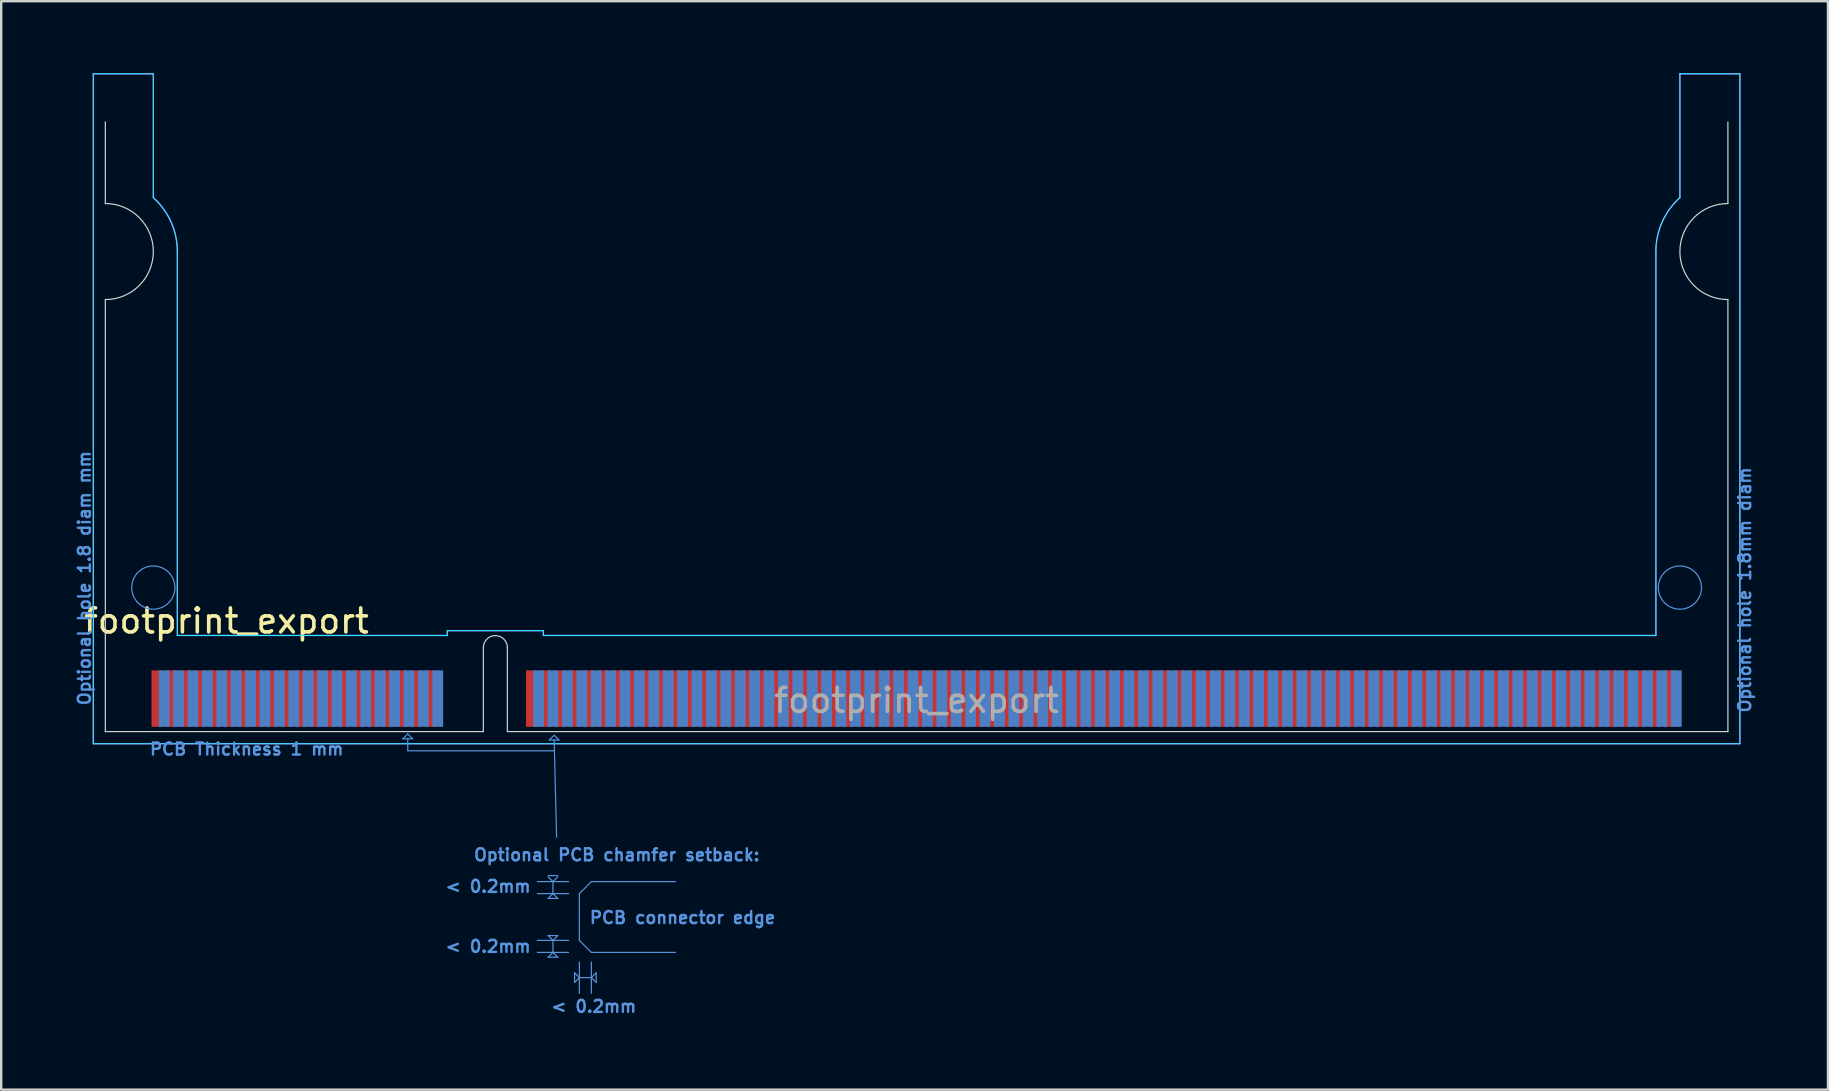
<source format=kicad_pcb>
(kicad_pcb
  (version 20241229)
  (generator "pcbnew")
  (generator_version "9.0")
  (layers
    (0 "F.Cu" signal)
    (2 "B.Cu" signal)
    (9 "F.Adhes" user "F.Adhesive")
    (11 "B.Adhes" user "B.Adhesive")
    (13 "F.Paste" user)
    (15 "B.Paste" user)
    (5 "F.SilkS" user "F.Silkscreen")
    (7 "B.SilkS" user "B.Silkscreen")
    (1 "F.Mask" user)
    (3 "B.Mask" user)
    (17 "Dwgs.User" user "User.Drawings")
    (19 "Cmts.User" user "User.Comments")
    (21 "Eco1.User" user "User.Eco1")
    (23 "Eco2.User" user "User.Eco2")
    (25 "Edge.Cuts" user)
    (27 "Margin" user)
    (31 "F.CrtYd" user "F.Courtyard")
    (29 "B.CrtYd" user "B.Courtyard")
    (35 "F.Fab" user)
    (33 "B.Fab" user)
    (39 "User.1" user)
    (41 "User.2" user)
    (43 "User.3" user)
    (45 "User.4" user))
  (footprint "footprint_export"
    (layer "F.Cu")
    (at 3.488 26.055)
    (property "Reference" "footprint_export" (at 2.895 -3.235 0) (layer "F.SilkS") (effects (font (size 1 1) (thickness 0.15))))
    (attr exclude_from_pos_files exclude_from_bom allow_soldermask_bridges)
    (fp_rect (start -0.352 -1.302) (end 13.6 1.302) (stroke (width 0) (type solid)) (fill yes) (layer "F.Mask"))
    (fp_rect (start 14.6 -1.302) (end 63.352 1.302) (stroke (width 0) (type solid)) (fill yes) (layer "F.Mask"))
    (fp_rect (start -0.052 -1.302) (end 13.6 1.302) (stroke (width 0) (type solid)) (fill yes) (layer "B.Mask"))
    (fp_rect (start 14.6 -1.302) (end 63.652 1.302) (stroke (width 0) (type solid)) (fill yes) (layer "B.Mask"))
    (fp_line (start 10.25 1.675) (end 10.45 1.475) (stroke (width 0.05) (type default)) (layer "Cmts.User"))
    (fp_line (start 10.45 1.475) (end 10.65 1.675) (stroke (width 0.05) (type default)) (layer "Cmts.User"))
    (fp_line (start 10.45 1.675) (end 10.45 2.175) (stroke (width 0.05) (type default)) (layer "Cmts.User"))
    (fp_line (start 10.45 2.175) (end 16.55 2.175) (stroke (width 0.05) (type default)) (layer "Cmts.User"))
    (fp_line (start 10.65 1.675) (end 10.25 1.675) (stroke (width 0.05) (type default)) (layer "Cmts.User"))
    (fp_line (start 15.85 7.625) (end 17.15 7.625) (stroke (width 0.05) (type default)) (layer "Cmts.User"))
    (fp_line (start 15.85 8.125) (end 17.15 8.125) (stroke (width 0.05) (type default)) (layer "Cmts.User"))
    (fp_line (start 15.85 10.075) (end 17.15 10.075) (stroke (width 0.05) (type default)) (layer "Cmts.User"))
    (fp_line (start 15.85 10.575) (end 17.15 10.575) (stroke (width 0.05) (type default)) (layer "Cmts.User"))
    (fp_line (start 16.3 7.375) (end 16.7 7.375) (stroke (width 0.05) (type default)) (layer "Cmts.User"))
    (fp_line (start 16.3 8.325) (end 16.5 8.125) (stroke (width 0.05) (type default)) (layer "Cmts.User"))
    (fp_line (start 16.3 9.875) (end 16.7 9.875) (stroke (width 0.05) (type default)) (layer "Cmts.User"))
    (fp_line (start 16.3 10.775) (end 16.5 10.575) (stroke (width 0.05) (type default)) (layer "Cmts.User"))
    (fp_line (start 16.35 1.725) (end 16.55 1.525) (stroke (width 0.05) (type default)) (layer "Cmts.User"))
    (fp_line (start 16.5 7.625) (end 16.3 7.425) (stroke (width 0.05) (type default)) (layer "Cmts.User"))
    (fp_line (start 16.5 8.125) (end 16.5 7.625) (stroke (width 0.05) (type default)) (layer "Cmts.User"))
    (fp_line (start 16.5 8.125) (end 16.7 8.325) (stroke (width 0.05) (type default)) (layer "Cmts.User"))
    (fp_line (start 16.5 10.075) (end 16.3 9.875) (stroke (width 0.05) (type default)) (layer "Cmts.User"))
    (fp_line (start 16.5 10.575) (end 16.5 10.075) (stroke (width 0.05) (type default)) (layer "Cmts.User"))
    (fp_line (start 16.5 10.575) (end 16.7 10.775) (stroke (width 0.05) (type default)) (layer "Cmts.User"))
    (fp_line (start 16.55 1.525) (end 16.75 1.725) (stroke (width 0.05) (type default)) (layer "Cmts.User"))
    (fp_line (start 16.55 1.725) (end 16.65 5.775) (stroke (width 0.05) (type default)) (layer "Cmts.User"))
    (fp_line (start 16.7 7.425) (end 16.5 7.625) (stroke (width 0.05) (type default)) (layer "Cmts.User"))
    (fp_line (start 16.7 8.325) (end 16.3 8.325) (stroke (width 0.05) (type default)) (layer "Cmts.User"))
    (fp_line (start 16.7 9.875) (end 16.5 10.075) (stroke (width 0.05) (type default)) (layer "Cmts.User"))
    (fp_line (start 16.7 10.775) (end 16.3 10.775) (stroke (width 0.05) (type default)) (layer "Cmts.User"))
    (fp_line (start 16.75 1.725) (end 16.35 1.725) (stroke (width 0.05) (type default)) (layer "Cmts.User"))
    (fp_line (start 17.4 11.425) (end 17.6 11.625) (stroke (width 0.05) (type default)) (layer "Cmts.User"))
    (fp_line (start 17.4 11.825) (end 17.4 11.425) (stroke (width 0.05) (type default)) (layer "Cmts.User"))
    (fp_line (start 17.6 8.125) (end 17.6 10.075) (stroke (width 0.05) (type default)) (layer "Cmts.User"))
    (fp_line (start 17.6 10.975) (end 17.6 12.275) (stroke (width 0.05) (type default)) (layer "Cmts.User"))
    (fp_line (start 17.6 11.625) (end 17.4 11.825) (stroke (width 0.05) (type default)) (layer "Cmts.User"))
    (fp_line (start 17.6 11.625) (end 18.1 11.625) (stroke (width 0.05) (type default)) (layer "Cmts.User"))
    (fp_line (start 18.1 7.625) (end 17.6 8.125) (stroke (width 0.05) (type default)) (layer "Cmts.User"))
    (fp_line (start 18.1 7.625) (end 21.6 7.625) (stroke (width 0.05) (type default)) (layer "Cmts.User"))
    (fp_line (start 18.1 10.575) (end 17.6 10.075) (stroke (width 0.05) (type default)) (layer "Cmts.User"))
    (fp_line (start 18.1 10.575) (end 21.6 10.575) (stroke (width 0.05) (type default)) (layer "Cmts.User"))
    (fp_line (start 18.1 10.975) (end 18.1 12.275) (stroke (width 0.05) (type default)) (layer "Cmts.User"))
    (fp_line (start 18.1 11.625) (end 18.3 11.425) (stroke (width 0.05) (type default)) (layer "Cmts.User"))
    (fp_line (start 18.3 11.425) (end 18.3 11.825) (stroke (width 0.05) (type default)) (layer "Cmts.User"))
    (fp_line (start 18.3 11.825) (end 18.1 11.625) (stroke (width 0.05) (type default)) (layer "Cmts.User"))
    (fp_circle (center -0.15 -4.625) (end 0.75 -4.625) (stroke (width 0.05) (type default)) (fill no) (layer "Cmts.User"))
    (fp_circle (center 63.45 -4.625) (end 64.35 -4.625) (stroke (width 0.05) (type default)) (fill no) (layer "Cmts.User"))
    (fp_line (start -2.15 -20.625) (end -2.15 -24.025) (stroke (width 0.05) (type default)) (layer "Edge.Cuts"))
    (fp_line (start -2.15 1.375) (end -2.15 -16.625) (stroke (width 0.05) (type solid)) (layer "Edge.Cuts"))
    (fp_line (start 13.6 1.375) (end -2.15 1.375) (stroke (width 0.05) (type default)) (layer "Edge.Cuts"))
    (fp_line (start 13.6 1.375) (end 13.6 -2.125) (stroke (width 0.05) (type solid)) (layer "Edge.Cuts"))
    (fp_line (start 14.6 -2.125) (end 14.6 1.375) (stroke (width 0.05) (type solid)) (layer "Edge.Cuts"))
    (fp_line (start 14.6 1.375) (end 65.45 1.375) (stroke (width 0.05) (type default)) (layer "Edge.Cuts"))
    (fp_line (start 65.45 -20.625) (end 65.45 -24.025) (stroke (width 0.05) (type default)) (layer "Edge.Cuts"))
    (fp_line (start 65.45 1.375) (end 65.45 -16.625) (stroke (width 0.05) (type solid)) (layer "Edge.Cuts"))
    (fp_arc (start -2.15 -20.625) (mid -0.15 -18.625) (end -2.15 -16.625) (stroke (width 0.05) (type solid)) (layer "Edge.Cuts"))
    (fp_arc (start 13.6 -2.125) (mid 14.1 -2.625) (end 14.6 -2.125) (stroke (width 0.05) (type solid)) (layer "Edge.Cuts"))
    (fp_arc (start 65.45 -16.625) (mid 63.45 -18.625) (end 65.45 -20.625) (stroke (width 0.05) (type solid)) (layer "Edge.Cuts"))
    (fp_line (start -2.65 -26.03) (end -2.65 1.88) (stroke (width 0.05) (type default)) (layer "B.CrtYd"))
    (fp_line (start -2.65 -26.03) (end -0.15 -26.03) (stroke (width 0.05) (type default)) (layer "B.CrtYd"))
    (fp_line (start -0.15 -20.87) (end -0.15 -26.03) (stroke (width 0.05) (type default)) (layer "B.CrtYd"))
    (fp_line (start 0.85 -18.63) (end 0.85 -2.63) (stroke (width 0.05) (type default)) (layer "B.CrtYd"))
    (fp_line (start 0.85 -2.63) (end 12.1 -2.63) (stroke (width 0.05) (type default)) (layer "B.CrtYd"))
    (fp_line (start 12.1 -2.83) (end 16.1 -2.83) (stroke (width 0.05) (type default)) (layer "B.CrtYd"))
    (fp_line (start 12.1 -2.63) (end 12.1 -2.83) (stroke (width 0.05) (type default)) (layer "B.CrtYd"))
    (fp_line (start 16.1 -2.83) (end 16.1 -2.63) (stroke (width 0.05) (type default)) (layer "B.CrtYd"))
    (fp_line (start 16.1 -2.63) (end 62.45 -2.63) (stroke (width 0.05) (type default)) (layer "B.CrtYd"))
    (fp_line (start 62.45 -18.63) (end 62.45 -2.63) (stroke (width 0.05) (type default)) (layer "B.CrtYd"))
    (fp_line (start 63.45 -20.87) (end 63.45 -26.03) (stroke (width 0.05) (type default)) (layer "B.CrtYd"))
    (fp_line (start 65.95 -26.03) (end 63.45 -26.03) (stroke (width 0.05) (type default)) (layer "B.CrtYd"))
    (fp_line (start 65.95 -26.03) (end 65.95 1.88) (stroke (width 0.05) (type default)) (layer "B.CrtYd"))
    (fp_line (start 65.95 1.88) (end -2.65 1.88) (stroke (width 0.05) (type default)) (layer "B.CrtYd"))
    (fp_arc (start -0.15 -20.87) (mid 0.588474 -19.856462) (end 0.85 -18.63) (stroke (width 0.05) (type default)) (layer "B.CrtYd"))
    (fp_arc (start 62.45 -18.63) (mid 62.711526 -19.856462) (end 63.45 -20.87) (stroke (width 0.05) (type default)) (layer "B.CrtYd"))
    (fp_line (start -2.65 -26.03) (end -2.65 1.88) (stroke (width 0.05) (type default)) (layer "F.CrtYd"))
    (fp_line (start -2.65 -26.03) (end -0.15 -26.03) (stroke (width 0.05) (type default)) (layer "F.CrtYd"))
    (fp_line (start -0.15 -20.87) (end -0.15 -26.03) (stroke (width 0.05) (type default)) (layer "F.CrtYd"))
    (fp_line (start 0.85 -2.63) (end 0.85 -18.63) (stroke (width 0.05) (type default)) (layer "F.CrtYd"))
    (fp_line (start 0.85 -2.63) (end 12.1 -2.63) (stroke (width 0.05) (type default)) (layer "F.CrtYd"))
    (fp_line (start 12.1 -2.83) (end 16.1 -2.83) (stroke (width 0.05) (type default)) (layer "F.CrtYd"))
    (fp_line (start 12.1 -2.63) (end 12.1 -2.83) (stroke (width 0.05) (type default)) (layer "F.CrtYd"))
    (fp_line (start 16.1 -2.83) (end 16.1 -2.63) (stroke (width 0.05) (type default)) (layer "F.CrtYd"))
    (fp_line (start 16.1 -2.63) (end 62.45 -2.63) (stroke (width 0.05) (type default)) (layer "F.CrtYd"))
    (fp_line (start 62.45 -2.63) (end 62.45 -18.63) (stroke (width 0.05) (type default)) (layer "F.CrtYd"))
    (fp_line (start 63.45 -20.87) (end 63.45 -26.03) (stroke (width 0.05) (type default)) (layer "F.CrtYd"))
    (fp_line (start 65.95 -26.03) (end 63.45 -26.03) (stroke (width 0.05) (type default)) (layer "F.CrtYd"))
    (fp_line (start 65.95 -26.03) (end 65.95 1.88) (stroke (width 0.05) (type default)) (layer "F.CrtYd"))
    (fp_line (start 65.95 1.88) (end -2.65 1.88) (stroke (width 0.05) (type default)) (layer "F.CrtYd"))
    (fp_arc (start -0.15 -20.87) (mid 0.588474 -19.856462) (end 0.85 -18.63) (stroke (width 0.05) (type default)) (layer "F.CrtYd"))
    (fp_arc (start 62.45 -18.63) (mid 62.711526 -19.856462) (end 63.45 -20.87) (stroke (width 0.05) (type default)) (layer "F.CrtYd"))
    (fp_text user "< 0.2mm" (at 13.8 10.325 180) (layer "Cmts.User") (effects (font (size 0.5 0.5) (thickness 0.1))))
    (fp_text user "< 0.2mm" (at 18.2 12.825 180) (layer "Cmts.User") (effects (font (size 0.5 0.5) (thickness 0.1))))
    (fp_text user "PCB Thickness 1 mm" (at 3.74 2.105 180) (layer "Cmts.User") (effects (font (size 0.5 0.5) (thickness 0.1))))
    (fp_text user "Optional PCB chamfer setback:" (at 19.16 6.51 180) (layer "Cmts.User") (effects (font (size 0.5 0.5) (thickness 0.1))))
    (fp_text user "Optional hole 1.8mm diam" (at 66.15 -4.53 90) (unlocked yes) (layer "Cmts.User") (effects (font (size 0.5 0.5) (thickness 0.1))))
    (fp_text user "< 0.2mm" (at 13.8 7.825 180) (layer "Cmts.User") (effects (font (size 0.5 0.5) (thickness 0.1))))
    (fp_text user "Optional hole 1.8 diam mm" (at -3.02 -5.02 90) (unlocked yes) (layer "Cmts.User") (effects (font (size 0.5 0.5) (thickness 0.1))))
    (fp_text user "PCB connector edge" (at 21.9 9.125 180) (layer "Cmts.User") (effects (font (size 0.5 0.5) (thickness 0.1))))
    (fp_text user "${REFERENCE}" (at 31.65 0.075 0) (layer "F.Fab") (effects (font (size 1 1) (thickness 0.15))))
    (pad "1" connect rect (at 0 0) (size 0.45 2.35) (layers "F.Cu" "F.Mask"))
    (pad "2" connect rect (at 0.3 0) (size 0.45 2.35) (layers "B.Cu" "B.Mask"))
    (pad "3" connect rect (at 0.6 0) (size 0.45 2.35) (layers "F.Cu" "F.Mask"))
    (pad "4" connect rect (at 0.9 0) (size 0.45 2.35) (layers "B.Cu" "B.Mask"))
    (pad "5" connect rect (at 1.2 0) (size 0.45 2.35) (layers "F.Cu" "F.Mask"))
    (pad "6" connect rect (at 1.5 0) (size 0.45 2.35) (layers "B.Cu" "B.Mask"))
    (pad "7" connect rect (at 1.8 0) (size 0.45 2.35) (layers "F.Cu" "F.Mask"))
    (pad "8" connect rect (at 2.1 0) (size 0.45 2.35) (layers "B.Cu" "B.Mask"))
    (pad "9" connect rect (at 2.4 0) (size 0.45 2.35) (layers "F.Cu" "F.Mask"))
    (pad "10" connect rect (at 2.7 0) (size 0.45 2.35) (layers "B.Cu" "B.Mask"))
    (pad "11" connect rect (at 3 0) (size 0.45 2.35) (layers "F.Cu" "F.Mask"))
    (pad "12" connect rect (at 3.3 0) (size 0.45 2.35) (layers "B.Cu" "B.Mask"))
    (pad "13" connect rect (at 3.6 0) (size 0.45 2.35) (layers "F.Cu" "F.Mask"))
    (pad "14" connect rect (at 3.9 0) (size 0.45 2.35) (layers "B.Cu" "B.Mask"))
    (pad "15" connect rect (at 4.2 0) (size 0.45 2.35) (layers "F.Cu" "F.Mask"))
    (pad "16" connect rect (at 4.5 0) (size 0.45 2.35) (layers "B.Cu" "B.Mask"))
    (pad "17" connect rect (at 4.8 0) (size 0.45 2.35) (layers "F.Cu" "F.Mask"))
    (pad "18" connect rect (at 5.1 0) (size 0.45 2.35) (layers "B.Cu" "B.Mask"))
    (pad "19" connect rect (at 5.4 0) (size 0.45 2.35) (layers "F.Cu" "F.Mask"))
    (pad "20" connect rect (at 5.7 0) (size 0.45 2.35) (layers "B.Cu" "B.Mask"))
    (pad "21" connect rect (at 6 0) (size 0.45 2.35) (layers "F.Cu" "F.Mask"))
    (pad "22" connect rect (at 6.3 0) (size 0.45 2.35) (layers "B.Cu" "B.Mask"))
    (pad "23" connect rect (at 6.6 0) (size 0.45 2.35) (layers "F.Cu" "F.Mask"))
    (pad "24" connect rect (at 6.9 0) (size 0.45 2.35) (layers "B.Cu" "B.Mask"))
    (pad "25" connect rect (at 7.2 0) (size 0.45 2.35) (layers "F.Cu" "F.Mask"))
    (pad "26" connect rect (at 7.5 0) (size 0.45 2.35) (layers "B.Cu" "B.Mask"))
    (pad "27" connect rect (at 7.8 0) (size 0.45 2.35) (layers "F.Cu" "F.Mask"))
    (pad "28" connect rect (at 8.1 0) (size 0.45 2.35) (layers "B.Cu" "B.Mask"))
    (pad "29" connect rect (at 8.4 0) (size 0.45 2.35) (layers "F.Cu" "F.Mask"))
    (pad "30" connect rect (at 8.7 0) (size 0.45 2.35) (layers "B.Cu" "B.Mask"))
    (pad "31" connect rect (at 9 0) (size 0.45 2.35) (layers "F.Cu" "F.Mask"))
    (pad "32" connect rect (at 9.3 0) (size 0.45 2.35) (layers "B.Cu" "B.Mask"))
    (pad "33" connect rect (at 9.6 0) (size 0.45 2.35) (layers "F.Cu" "F.Mask"))
    (pad "34" connect rect (at 9.9 0) (size 0.45 2.35) (layers "B.Cu" "B.Mask"))
    (pad "35" connect rect (at 10.2 0) (size 0.45 2.35) (layers "F.Cu" "F.Mask"))
    (pad "36" connect rect (at 10.5 0) (size 0.45 2.35) (layers "B.Cu" "B.Mask"))
    (pad "37" connect rect (at 10.8 0) (size 0.45 2.35) (layers "F.Cu" "F.Mask"))
    (pad "38" connect rect (at 11.1 0) (size 0.45 2.35) (layers "B.Cu" "B.Mask"))
    (pad "39" connect rect (at 11.4 0) (size 0.45 2.35) (layers "F.Cu" "F.Mask"))
    (pad "40" connect rect (at 11.7 0) (size 0.45 2.35) (layers "B.Cu" "B.Mask"))
    (pad "41" connect rect (at 15.6 0) (size 0.45 2.35) (layers "F.Cu" "F.Mask"))
    (pad "42" connect rect (at 15.9 0) (size 0.45 2.35) (layers "B.Cu" "B.Mask"))
    (pad "43" connect rect (at 16.2 0) (size 0.45 2.35) (layers "F.Cu" "F.Mask"))
    (pad "44" connect rect (at 16.5 0) (size 0.45 2.35) (layers "B.Cu" "B.Mask"))
    (pad "45" connect rect (at 16.8 0) (size 0.45 2.35) (layers "F.Cu" "F.Mask"))
    (pad "46" connect rect (at 17.1 0) (size 0.45 2.35) (layers "B.Cu" "B.Mask"))
    (pad "47" connect rect (at 17.4 0) (size 0.45 2.35) (layers "F.Cu" "F.Mask"))
    (pad "48" connect rect (at 17.7 0) (size 0.45 2.35) (layers "B.Cu" "B.Mask"))
    (pad "49" connect rect (at 18 0) (size 0.45 2.35) (layers "F.Cu" "F.Mask"))
    (pad "50" connect rect (at 18.3 0) (size 0.45 2.35) (layers "B.Cu" "B.Mask"))
    (pad "51" connect rect (at 18.6 0) (size 0.45 2.35) (layers "F.Cu" "F.Mask"))
    (pad "52" connect rect (at 18.9 0) (size 0.45 2.35) (layers "B.Cu" "B.Mask"))
    (pad "53" connect rect (at 19.2 0) (size 0.45 2.35) (layers "F.Cu" "F.Mask"))
    (pad "54" connect rect (at 19.5 0) (size 0.45 2.35) (layers "B.Cu" "B.Mask"))
    (pad "55" connect rect (at 19.8 0) (size 0.45 2.35) (layers "F.Cu" "F.Mask"))
    (pad "56" connect rect (at 20.1 0) (size 0.45 2.35) (layers "B.Cu" "B.Mask"))
    (pad "57" connect rect (at 20.4 0) (size 0.45 2.35) (layers "F.Cu" "F.Mask"))
    (pad "58" connect rect (at 20.7 0) (size 0.45 2.35) (layers "B.Cu" "B.Mask"))
    (pad "59" connect rect (at 21 0) (size 0.45 2.35) (layers "F.Cu" "F.Mask"))
    (pad "60" connect rect (at 21.3 0) (size 0.45 2.35) (layers "B.Cu" "B.Mask"))
    (pad "61" connect rect (at 21.6 0) (size 0.45 2.35) (layers "F.Cu" "F.Mask"))
    (pad "62" connect rect (at 21.9 0) (size 0.45 2.35) (layers "B.Cu" "B.Mask"))
    (pad "63" connect rect (at 22.2 0) (size 0.45 2.35) (layers "F.Cu" "F.Mask"))
    (pad "64" connect rect (at 22.5 0) (size 0.45 2.35) (layers "B.Cu" "B.Mask"))
    (pad "65" connect rect (at 22.8 0) (size 0.45 2.35) (layers "F.Cu" "F.Mask"))
    (pad "66" connect rect (at 23.1 0) (size 0.45 2.35) (layers "B.Cu" "B.Mask"))
    (pad "67" connect rect (at 23.4 0) (size 0.45 2.35) (layers "F.Cu" "F.Mask"))
    (pad "68" connect rect (at 23.7 0) (size 0.45 2.35) (layers "B.Cu" "B.Mask"))
    (pad "69" connect rect (at 24 0) (size 0.45 2.35) (layers "F.Cu" "F.Mask"))
    (pad "70" connect rect (at 24.3 0) (size 0.45 2.35) (layers "B.Cu" "B.Mask"))
    (pad "71" connect rect (at 24.6 0) (size 0.45 2.35) (layers "F.Cu" "F.Mask"))
    (pad "72" connect rect (at 24.9 0) (size 0.45 2.35) (layers "B.Cu" "B.Mask"))
    (pad "73" connect rect (at 25.2 0) (size 0.45 2.35) (layers "F.Cu" "F.Mask"))
    (pad "74" connect rect (at 25.5 0) (size 0.45 2.35) (layers "B.Cu" "B.Mask"))
    (pad "75" connect rect (at 25.8 0) (size 0.45 2.35) (layers "F.Cu" "F.Mask"))
    (pad "76" connect rect (at 26.1 0) (size 0.45 2.35) (layers "B.Cu" "B.Mask"))
    (pad "77" connect rect (at 26.4 0) (size 0.45 2.35) (layers "F.Cu" "F.Mask"))
    (pad "78" connect rect (at 26.7 0) (size 0.45 2.35) (layers "B.Cu" "B.Mask"))
    (pad "79" connect rect (at 27 0) (size 0.45 2.35) (layers "F.Cu" "F.Mask"))
    (pad "80" connect rect (at 27.3 0) (size 0.45 2.35) (layers "B.Cu" "B.Mask"))
    (pad "81" connect rect (at 27.6 0) (size 0.45 2.35) (layers "F.Cu" "F.Mask"))
    (pad "82" connect rect (at 27.9 0) (size 0.45 2.35) (layers "B.Cu" "B.Mask"))
    (pad "83" connect rect (at 28.2 0) (size 0.45 2.35) (layers "F.Cu" "F.Mask"))
    (pad "84" connect rect (at 28.5 0) (size 0.45 2.35) (layers "B.Cu" "B.Mask"))
    (pad "85" connect rect (at 28.8 0) (size 0.45 2.35) (layers "F.Cu" "F.Mask"))
    (pad "86" connect rect (at 29.1 0) (size 0.45 2.35) (layers "B.Cu" "B.Mask"))
    (pad "87" connect rect (at 29.4 0) (size 0.45 2.35) (layers "F.Cu" "F.Mask"))
    (pad "88" connect rect (at 29.7 0) (size 0.45 2.35) (layers "B.Cu" "B.Mask"))
    (pad "89" connect rect (at 30 0) (size 0.45 2.35) (layers "F.Cu" "F.Mask"))
    (pad "90" connect rect (at 30.3 0) (size 0.45 2.35) (layers "B.Cu" "B.Mask"))
    (pad "91" connect rect (at 30.6 0) (size 0.45 2.35) (layers "F.Cu" "F.Mask"))
    (pad "92" connect rect (at 30.9 0) (size 0.45 2.35) (layers "B.Cu" "B.Mask"))
    (pad "93" connect rect (at 31.2 0) (size 0.45 2.35) (layers "F.Cu" "F.Mask"))
    (pad "94" connect rect (at 31.5 0) (size 0.45 2.35) (layers "B.Cu" "B.Mask"))
    (pad "95" connect rect (at 31.8 0) (size 0.45 2.35) (layers "F.Cu" "F.Mask"))
    (pad "96" connect rect (at 32.1 0) (size 0.45 2.35) (layers "B.Cu" "B.Mask"))
    (pad "97" connect rect (at 32.4 0) (size 0.45 2.35) (layers "F.Cu" "F.Mask"))
    (pad "98" connect rect (at 32.7 0) (size 0.45 2.35) (layers "B.Cu" "B.Mask"))
    (pad "99" connect rect (at 33 0) (size 0.45 2.35) (layers "F.Cu" "F.Mask"))
    (pad "100" connect rect (at 33.3 0) (size 0.45 2.35) (layers "B.Cu" "B.Mask"))
    (pad "101" connect rect (at 33.6 0) (size 0.45 2.35) (layers "F.Cu" "F.Mask"))
    (pad "102" connect rect (at 33.9 0) (size 0.45 2.35) (layers "B.Cu" "B.Mask"))
    (pad "103" connect rect (at 34.2 0) (size 0.45 2.35) (layers "F.Cu" "F.Mask"))
    (pad "104" connect rect (at 34.5 0) (size 0.45 2.35) (layers "B.Cu" "B.Mask"))
    (pad "105" connect rect (at 34.8 0) (size 0.45 2.35) (layers "F.Cu" "F.Mask"))
    (pad "106" connect rect (at 35.1 0) (size 0.45 2.35) (layers "B.Cu" "B.Mask"))
    (pad "107" connect rect (at 35.4 0) (size 0.45 2.35) (layers "F.Cu" "F.Mask"))
    (pad "108" connect rect (at 35.7 0) (size 0.45 2.35) (layers "B.Cu" "B.Mask"))
    (pad "109" connect rect (at 36 0) (size 0.45 2.35) (layers "F.Cu" "F.Mask"))
    (pad "110" connect rect (at 36.3 0) (size 0.45 2.35) (layers "B.Cu" "B.Mask"))
    (pad "111" connect rect (at 36.6 0) (size 0.45 2.35) (layers "F.Cu" "F.Mask"))
    (pad "112" connect rect (at 36.9 0) (size 0.45 2.35) (layers "B.Cu" "B.Mask"))
    (pad "113" connect rect (at 37.2 0) (size 0.45 2.35) (layers "F.Cu" "F.Mask"))
    (pad "114" connect rect (at 37.5 0) (size 0.45 2.35) (layers "B.Cu" "B.Mask"))
    (pad "115" connect rect (at 37.8 0) (size 0.45 2.35) (layers "F.Cu" "F.Mask"))
    (pad "116" connect rect (at 38.1 0) (size 0.45 2.35) (layers "B.Cu" "B.Mask"))
    (pad "117" connect rect (at 38.4 0) (size 0.45 2.35) (layers "F.Cu" "F.Mask"))
    (pad "118" connect rect (at 38.7 0) (size 0.45 2.35) (layers "B.Cu" "B.Mask"))
    (pad "119" connect rect (at 39 0) (size 0.45 2.35) (layers "F.Cu" "F.Mask"))
    (pad "120" connect rect (at 39.3 0) (size 0.45 2.35) (layers "B.Cu" "B.Mask"))
    (pad "121" connect rect (at 39.6 0) (size 0.45 2.35) (layers "F.Cu" "F.Mask"))
    (pad "122" connect rect (at 39.9 0) (size 0.45 2.35) (layers "B.Cu" "B.Mask"))
    (pad "123" connect rect (at 40.2 0) (size 0.45 2.35) (layers "F.Cu" "F.Mask"))
    (pad "124" connect rect (at 40.5 0) (size 0.45 2.35) (layers "B.Cu" "B.Mask"))
    (pad "125" connect rect (at 40.8 0) (size 0.45 2.35) (layers "F.Cu" "F.Mask"))
    (pad "126" connect rect (at 41.1 0) (size 0.45 2.35) (layers "B.Cu" "B.Mask"))
    (pad "127" connect rect (at 41.4 0) (size 0.45 2.35) (layers "F.Cu" "F.Mask"))
    (pad "128" connect rect (at 41.7 0) (size 0.45 2.35) (layers "B.Cu" "B.Mask"))
    (pad "129" connect rect (at 42 0) (size 0.45 2.35) (layers "F.Cu" "F.Mask"))
    (pad "130" connect rect (at 42.3 0) (size 0.45 2.35) (layers "B.Cu" "B.Mask"))
    (pad "131" connect rect (at 42.6 0) (size 0.45 2.35) (layers "F.Cu" "F.Mask"))
    (pad "132" connect rect (at 42.9 0) (size 0.45 2.35) (layers "B.Cu" "B.Mask"))
    (pad "133" connect rect (at 43.2 0) (size 0.45 2.35) (layers "F.Cu" "F.Mask"))
    (pad "134" connect rect (at 43.5 0) (size 0.45 2.35) (layers "B.Cu" "B.Mask"))
    (pad "135" connect rect (at 43.8 0) (size 0.45 2.35) (layers "F.Cu" "F.Mask"))
    (pad "136" connect rect (at 44.1 0) (size 0.45 2.35) (layers "B.Cu" "B.Mask"))
    (pad "137" connect rect (at 44.4 0) (size 0.45 2.35) (layers "F.Cu" "F.Mask"))
    (pad "138" connect rect (at 44.7 0) (size 0.45 2.35) (layers "B.Cu" "B.Mask"))
    (pad "139" connect rect (at 45 0) (size 0.45 2.35) (layers "F.Cu" "F.Mask"))
    (pad "140" connect rect (at 45.3 0) (size 0.45 2.35) (layers "B.Cu" "B.Mask"))
    (pad "141" connect rect (at 45.6 0) (size 0.45 2.35) (layers "F.Cu" "F.Mask"))
    (pad "142" connect rect (at 45.9 0) (size 0.45 2.35) (layers "B.Cu" "B.Mask"))
    (pad "143" connect rect (at 46.2 0) (size 0.45 2.35) (layers "F.Cu" "F.Mask"))
    (pad "144" connect rect (at 46.5 0) (size 0.45 2.35) (layers "B.Cu" "B.Mask"))
    (pad "145" connect rect (at 46.8 0) (size 0.45 2.35) (layers "F.Cu" "F.Mask"))
    (pad "146" connect rect (at 47.1 0) (size 0.45 2.35) (layers "B.Cu" "B.Mask"))
    (pad "147" connect rect (at 47.4 0) (size 0.45 2.35) (layers "F.Cu" "F.Mask"))
    (pad "148" connect rect (at 47.7 0) (size 0.45 2.35) (layers "B.Cu" "B.Mask"))
    (pad "149" connect rect (at 48 0) (size 0.45 2.35) (layers "F.Cu" "F.Mask"))
    (pad "150" connect rect (at 48.3 0) (size 0.45 2.35) (layers "B.Cu" "B.Mask"))
    (pad "151" connect rect (at 48.6 0) (size 0.45 2.35) (layers "F.Cu" "F.Mask"))
    (pad "152" connect rect (at 48.9 0) (size 0.45 2.35) (layers "B.Cu" "B.Mask"))
    (pad "153" connect rect (at 49.2 0) (size 0.45 2.35) (layers "F.Cu" "F.Mask"))
    (pad "154" connect rect (at 49.5 0) (size 0.45 2.35) (layers "B.Cu" "B.Mask"))
    (pad "155" connect rect (at 49.8 0) (size 0.45 2.35) (layers "F.Cu" "F.Mask"))
    (pad "156" connect rect (at 50.1 0) (size 0.45 2.35) (layers "B.Cu" "B.Mask"))
    (pad "157" connect rect (at 50.4 0) (size 0.45 2.35) (layers "F.Cu" "F.Mask"))
    (pad "158" connect rect (at 50.7 0) (size 0.45 2.35) (layers "B.Cu" "B.Mask"))
    (pad "159" connect rect (at 51 0) (size 0.45 2.35) (layers "F.Cu" "F.Mask"))
    (pad "160" connect rect (at 51.3 0) (size 0.45 2.35) (layers "B.Cu" "B.Mask"))
    (pad "161" connect rect (at 51.6 0) (size 0.45 2.35) (layers "F.Cu" "F.Mask"))
    (pad "162" connect rect (at 51.9 0) (size 0.45 2.35) (layers "B.Cu" "B.Mask"))
    (pad "163" connect rect (at 52.2 0) (size 0.45 2.35) (layers "F.Cu" "F.Mask"))
    (pad "164" connect rect (at 52.5 0) (size 0.45 2.35) (layers "B.Cu" "B.Mask"))
    (pad "165" connect rect (at 52.8 0) (size 0.45 2.35) (layers "F.Cu" "F.Mask"))
    (pad "166" connect rect (at 53.1 0) (size 0.45 2.35) (layers "B.Cu" "B.Mask"))
    (pad "167" connect rect (at 53.4 0) (size 0.45 2.35) (layers "F.Cu" "F.Mask"))
    (pad "168" connect rect (at 53.7 0) (size 0.45 2.35) (layers "B.Cu" "B.Mask"))
    (pad "169" connect rect (at 54 0) (size 0.45 2.35) (layers "F.Cu" "F.Mask"))
    (pad "170" connect rect (at 54.3 0) (size 0.45 2.35) (layers "B.Cu" "B.Mask"))
    (pad "171" connect rect (at 54.6 0) (size 0.45 2.35) (layers "F.Cu" "F.Mask"))
    (pad "172" connect rect (at 54.9 0) (size 0.45 2.35) (layers "B.Cu" "B.Mask"))
    (pad "173" connect rect (at 55.2 0) (size 0.45 2.35) (layers "F.Cu" "F.Mask"))
    (pad "174" connect rect (at 55.5 0) (size 0.45 2.35) (layers "B.Cu" "B.Mask"))
    (pad "175" connect rect (at 55.8 0) (size 0.45 2.35) (layers "F.Cu" "F.Mask"))
    (pad "176" connect rect (at 56.1 0) (size 0.45 2.35) (layers "B.Cu" "B.Mask"))
    (pad "177" connect rect (at 56.4 0) (size 0.45 2.35) (layers "F.Cu" "F.Mask"))
    (pad "178" connect rect (at 56.7 0) (size 0.45 2.35) (layers "B.Cu" "B.Mask"))
    (pad "179" connect rect (at 57 0) (size 0.45 2.35) (layers "F.Cu" "F.Mask"))
    (pad "180" connect rect (at 57.3 0) (size 0.45 2.35) (layers "B.Cu" "B.Mask"))
    (pad "181" connect rect (at 57.6 0) (size 0.45 2.35) (layers "F.Cu" "F.Mask"))
    (pad "182" connect rect (at 57.9 0) (size 0.45 2.35) (layers "B.Cu" "B.Mask"))
    (pad "183" connect rect (at 58.2 0) (size 0.45 2.35) (layers "F.Cu" "F.Mask"))
    (pad "184" connect rect (at 58.5 0) (size 0.45 2.35) (layers "B.Cu" "B.Mask"))
    (pad "185" connect rect (at 58.8 0) (size 0.45 2.35) (layers "F.Cu" "F.Mask"))
    (pad "186" connect rect (at 59.1 0) (size 0.45 2.35) (layers "B.Cu" "B.Mask"))
    (pad "187" connect rect (at 59.4 0) (size 0.45 2.35) (layers "F.Cu" "F.Mask"))
    (pad "188" connect rect (at 59.7 0) (size 0.45 2.35) (layers "B.Cu" "B.Mask"))
    (pad "189" connect rect (at 60 0) (size 0.45 2.35) (layers "F.Cu" "F.Mask"))
    (pad "190" connect rect (at 60.3 0) (size 0.45 2.35) (layers "B.Cu" "B.Mask"))
    (pad "191" connect rect (at 60.6 0) (size 0.45 2.35) (layers "F.Cu" "F.Mask"))
    (pad "192" connect rect (at 60.9 0) (size 0.45 2.35) (layers "B.Cu" "B.Mask"))
    (pad "193" connect rect (at 61.2 0) (size 0.45 2.35) (layers "F.Cu" "F.Mask"))
    (pad "194" connect rect (at 61.5 0) (size 0.45 2.35) (layers "B.Cu" "B.Mask"))
    (pad "195" connect rect (at 61.8 0) (size 0.45 2.35) (layers "F.Cu" "F.Mask"))
    (pad "196" connect rect (at 62.1 0) (size 0.45 2.35) (layers "B.Cu" "B.Mask"))
    (pad "197" connect rect (at 62.4 0) (size 0.45 2.35) (layers "F.Cu" "F.Mask"))
    (pad "198" connect rect (at 62.7 0) (size 0.45 2.35) (layers "B.Cu" "B.Mask"))
    (pad "199" connect rect (at 63 0) (size 0.45 2.35) (layers "F.Cu" "F.Mask"))
    (pad "200" connect rect (at 63.3 0) (size 0.45 2.35) (layers "B.Cu" "B.Mask"))
    (zone (net_name "") (layers "F.Cu" "B.Cu") (hatch edge 0.5) (connect_pads) (min_thickness 0.25) (filled_areas_thickness no) (keepout (tracks not_allowed) (vias not_allowed) (pads not_allowed) (copperpour not_allowed) (footprints allowed)) (placement (enabled no)) (fill) (polygon (pts (xy 1.338 13.455) (xy 3.338 13.455) (xy 3.338 7.43) (xy 1.338 7.43))))
    (zone (net_name "") (layers "F.Cu" "B.Cu") (hatch edge 0.5) (connect_pads) (min_thickness 0.25) (filled_areas_thickness no) (keepout (tracks not_allowed) (vias not_allowed) (pads not_allowed) (copperpour not_allowed) (footprints allowed)) (placement (enabled no)) (fill) (polygon (pts (xy 1.338 24.88) (xy 3.213 24.88) (xy 3.213 27.43) (xy 1.338 27.43))))
    (zone (net_name "") (layers "F.Cu" "B.Cu") (hatch edge 0.5) (connect_pads) (min_thickness 0.25) (filled_areas_thickness no) (keepout (tracks not_allowed) (vias not_allowed) (pads not_allowed) (copperpour not_allowed) (footprints allowed)) (placement (enabled no)) (fill) (polygon (pts (xy 1.338 27.43) (xy 2.338 27.43) (xy 2.338 13.455) (xy 1.338 13.455))))
    (zone (net_name "") (layers "F.Cu" "B.Cu") (hatch edge 0.5) (connect_pads) (min_thickness 0.25) (filled_areas_thickness no) (keepout (tracks not_allowed) (vias not_allowed) (pads not_allowed) (copperpour not_allowed) (footprints allowed)) (placement (enabled no)) (fill) (polygon (pts (xy 15.463 24.88) (xy 18.838 24.88) (xy 18.838 27.43) (xy 15.463 27.43))))
    (zone (net_name "") (layers "F.Cu" "B.Cu") (hatch edge 0.5) (connect_pads) (min_thickness 0.25) (filled_areas_thickness no) (keepout (tracks not_allowed) (vias not_allowed) (pads not_allowed) (copperpour not_allowed) (footprints allowed)) (placement (enabled no)) (fill) (polygon (pts (xy 66.938 13.455) (xy 68.938 13.455) (xy 68.938 7.43) (xy 66.938 7.43))))
    (zone (net_name "") (layers "F.Cu" "B.Cu") (hatch edge 0.5) (connect_pads) (min_thickness 0.25) (filled_areas_thickness no) (keepout (tracks not_allowed) (vias not_allowed) (pads not_allowed) (copperpour not_allowed) (footprints allowed)) (placement (enabled no)) (fill) (polygon (pts (xy 67.063 24.88) (xy 68.938 24.88) (xy 68.938 27.43) (xy 67.063 27.43))))
    (zone (net_name "") (layers "F.Cu" "B.Cu") (hatch edge 0.5) (connect_pads) (min_thickness 0.25) (filled_areas_thickness no) (keepout (tracks not_allowed) (vias not_allowed) (pads not_allowed) (copperpour not_allowed) (footprints allowed)) (placement (enabled no)) (fill) (polygon (pts (xy 67.938 27.43) (xy 68.938 27.43) (xy 68.938 13.455) (xy 67.938 13.455))))
    (zone (net_name "") (layer "In1.Cu") (hatch edge 0.5) (connect_pads) (min_thickness 0.25) (filled_areas_thickness no) (keepout (tracks not_allowed) (vias not_allowed) (pads not_allowed) (copperpour not_allowed) (footprints allowed)) (placement (enabled no)) (fill) (polygon (pts (xy 1.338 9.93) (xy 3.338 9.93) (xy 3.338 7.43) (xy 1.338 7.43))))
    (zone (net_name "") (layer "In1.Cu") (hatch edge 0.5) (connect_pads) (min_thickness 0.25) (filled_areas_thickness no) (keepout (tracks not_allowed) (vias not_allowed) (pads not_allowed) (copperpour not_allowed) (footprints allowed)) (placement (enabled no)) (fill) (polygon (pts (xy 1.338 27.43) (xy 1.338 26.43) (xy 68.938 26.43) (xy 68.938 27.43))))
    (zone (net_name "") (layer "In1.Cu") (hatch edge 0.5) (connect_pads) (min_thickness 0.25) (filled_areas_thickness no) (keepout (tracks not_allowed) (vias not_allowed) (pads not_allowed) (copperpour not_allowed) (footprints allowed)) (placement (enabled no)) (fill) (polygon (pts (xy 1.338 27.43) (xy 1.838 27.43) (xy 1.838 9.93) (xy 1.338 9.93))))
    (zone (net_name "") (layer "In1.Cu") (hatch edge 0.5) (connect_pads) (min_thickness 0.25) (filled_areas_thickness no) (keepout (tracks not_allowed) (vias not_allowed) (pads not_allowed) (copperpour not_allowed) (footprints allowed)) (placement (enabled no)) (fill) (polygon (pts (xy 66.938 9.93) (xy 68.938 9.93) (xy 68.938 7.43) (xy 66.938 7.43))))
    (zone (net_name "") (layer "In1.Cu") (hatch edge 0.5) (connect_pads) (min_thickness 0.25) (filled_areas_thickness no) (keepout (tracks not_allowed) (vias not_allowed) (pads not_allowed) (copperpour not_allowed) (footprints allowed)) (placement (enabled no)) (fill) (polygon (pts (xy 68.438 27.43) (xy 68.938 27.43) (xy 68.938 9.93) (xy 68.438 9.93)))))
  (gr_rect
    (start -3 -3)
    (end 73.106 42.348)
    (stroke (width 0.1) (type default))
    (fill no)
    (layer "Edge.Cuts")))
</source>
